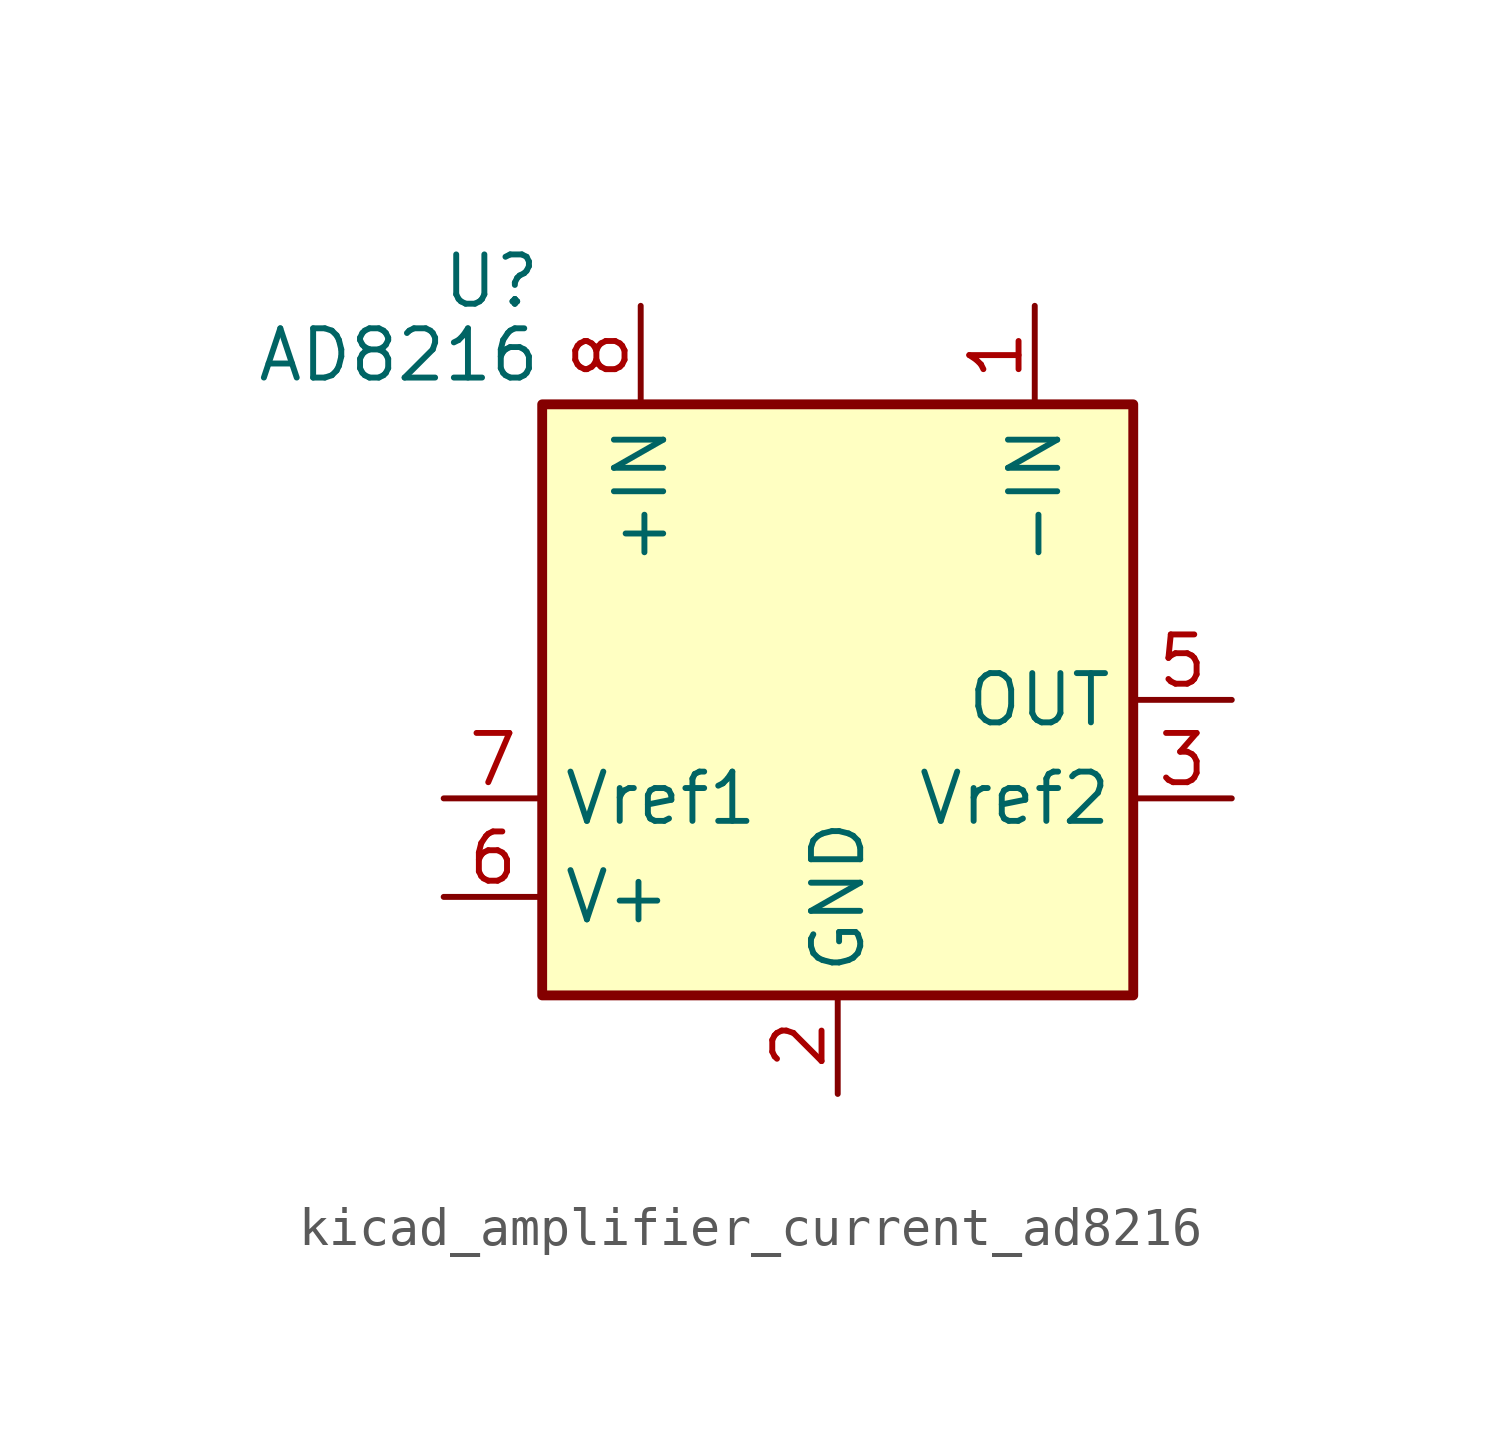
<source format=kicad_sym>
(kicad_symbol_lib
  (version 20220914)
  (generator kicad_symbol_editor)
  (symbol "kicad_amplifier_current_ad8216"
    (property "Reference" "U"
      (at -7.62 10.795 0)
      (effects (font (size 1.27 1.27)) (justify right)))
    (property "Value" "AD8216"
      (at -7.62 8.89 0)
      (effects (font (size 1.27 1.27)) (justify right)))
    (symbol "kicad_amplifier_current_ad8216_0_1"
      (rectangle (start -7.62 7.62) (end 7.62 -7.62) (stroke (width 0.254) (type default)) (fill (type background))))
    (symbol "kicad_amplifier_current_ad8216_1_1"
      (pin input line (at 5.08 10.16 270) (length 2.54) (name "-IN" (effects (font (size 1.27 1.27)))) (number "1" (effects (font (size 1.27 1.27)))))
      (pin power_in line (at 0 -10.16 90) (length 2.54) (name "GND" (effects (font (size 1.27 1.27)))) (number "2" (effects (font (size 1.27 1.27)))))
      (pin input line (at 10.16 -2.54 180) (length 2.54) (name "Vref2" (effects (font (size 1.27 1.27)))) (number "3" (effects (font (size 1.27 1.27)))))
      (pin no_connect line (at 2.54 -7.62 90) (length 2.54) hide (name "NC" (effects (font (size 1.27 1.27)))) (number "4" (effects (font (size 1.27 1.27)))))
      (pin output line (at 10.16 0 180) (length 2.54) (name "OUT" (effects (font (size 1.27 1.27)))) (number "5" (effects (font (size 1.27 1.27)))))
      (pin power_in line (at -10.16 -5.08 0) (length 2.54) (name "V+" (effects (font (size 1.27 1.27)))) (number "6" (effects (font (size 1.27 1.27)))))
      (pin input line (at -10.16 -2.54 0) (length 2.54) (name "Vref1" (effects (font (size 1.27 1.27)))) (number "7" (effects (font (size 1.27 1.27)))))
      (pin input line (at -5.08 10.16 270) (length 2.54) (name "+IN" (effects (font (size 1.27 1.27)))) (number "8" (effects (font (size 1.27 1.27))))))))
</source>
